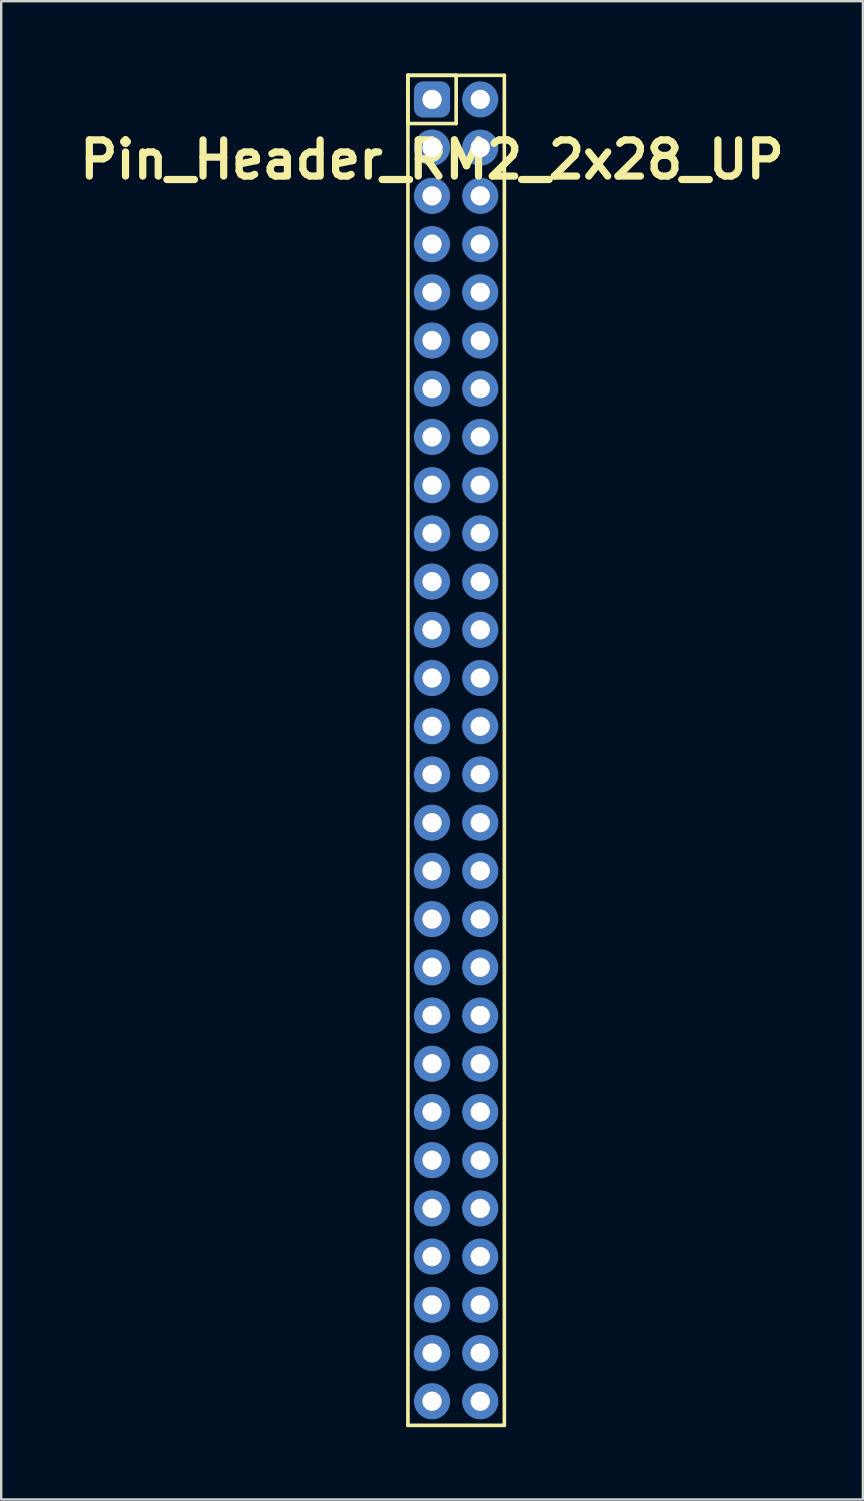
<source format=kicad_pcb>
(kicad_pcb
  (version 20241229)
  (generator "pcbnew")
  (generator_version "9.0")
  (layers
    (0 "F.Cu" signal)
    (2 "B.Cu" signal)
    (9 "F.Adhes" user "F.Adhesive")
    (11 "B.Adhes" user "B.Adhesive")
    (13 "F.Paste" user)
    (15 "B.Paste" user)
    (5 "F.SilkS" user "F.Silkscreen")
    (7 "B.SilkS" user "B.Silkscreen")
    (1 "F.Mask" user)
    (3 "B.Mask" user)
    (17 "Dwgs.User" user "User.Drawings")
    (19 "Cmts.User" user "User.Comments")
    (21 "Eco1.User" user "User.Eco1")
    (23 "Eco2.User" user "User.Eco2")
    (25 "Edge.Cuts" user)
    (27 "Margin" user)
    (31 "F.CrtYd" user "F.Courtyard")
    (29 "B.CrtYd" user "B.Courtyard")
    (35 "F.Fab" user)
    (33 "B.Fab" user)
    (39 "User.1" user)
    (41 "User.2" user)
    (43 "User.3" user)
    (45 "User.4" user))
  (footprint "Pin_Header_RM2_2x28_UP"
    (layer "F.Cu")
    (at 14.871 1.075)
    (property "Reference" "Pin_Header_RM2_2x28_UP" (at 0 2.5 0) (layer "F.SilkS") (effects (font (size 1.5 1.5) (thickness 0.3))))
    (attr through_hole)
    (fp_line (start -1 -1) (end 1 -1) (stroke (width 0.15) (type solid)) (layer "F.SilkS"))
    (fp_line (start -1 -1) (end 3 -1) (stroke (width 0.15) (type solid)) (layer "F.SilkS"))
    (fp_line (start -1 1) (end -1 -1) (stroke (width 0.15) (type solid)) (layer "F.SilkS"))
    (fp_line (start -1 55) (end -1 -1) (stroke (width 0.15) (type solid)) (layer "F.SilkS"))
    (fp_line (start 1 -1) (end 1 1) (stroke (width 0.15) (type solid)) (layer "F.SilkS"))
    (fp_line (start 1 1) (end -1 1) (stroke (width 0.15) (type solid)) (layer "F.SilkS"))
    (fp_line (start 3 -1) (end 3 55) (stroke (width 0.15) (type solid)) (layer "F.SilkS"))
    (fp_line (start 3 55) (end -1 55) (stroke (width 0.15) (type solid)) (layer "F.SilkS"))
    (pad "1" thru_hole circle (at 0 0) (size 1.1 1.1) (drill 0.8) (layers "*.Cu" "*.Mask"))
    (pad "1" smd roundrect (at 0 0) (size 1.25 1.25) (layers "F.Cu" "F.Mask") (roundrect_rratio 0.25))
    (pad "1" smd roundrect (at 0 0) (size 1.5 1.5) (layers "B.Cu" "B.Mask") (roundrect_rratio 0.25))
    (pad "2" thru_hole circle (at 2 0) (size 1.1 1.1) (drill 0.8) (layers "*.Cu" "*.Mask"))
    (pad "2" smd circle (at 2 0) (size 1.25 1.25) (layers "F.Cu" "F.Mask"))
    (pad "2" smd circle (at 2 0) (size 1.5 1.5) (layers "B.Cu" "B.Mask"))
    (pad "3" thru_hole circle (at 0 2) (size 1.1 1.1) (drill 0.8) (layers "*.Cu" "*.Mask"))
    (pad "3" smd circle (at 0 2) (size 1.25 1.25) (layers "F.Cu" "F.Mask"))
    (pad "3" smd circle (at 0 2) (size 1.5 1.5) (layers "B.Cu" "B.Mask"))
    (pad "4" thru_hole circle (at 2 2) (size 1.1 1.1) (drill 0.8) (layers "*.Cu" "*.Mask"))
    (pad "4" smd circle (at 2 2) (size 1.25 1.25) (layers "F.Cu" "F.Mask"))
    (pad "4" smd circle (at 2 2) (size 1.5 1.5) (layers "B.Cu" "B.Mask"))
    (pad "5" thru_hole circle (at 0 4) (size 1.1 1.1) (drill 0.8) (layers "*.Cu" "*.Mask"))
    (pad "5" smd circle (at 0 4) (size 1.25 1.25) (layers "F.Cu" "F.Mask"))
    (pad "5" smd circle (at 0 4) (size 1.5 1.5) (layers "B.Cu" "B.Mask"))
    (pad "6" thru_hole circle (at 2 4) (size 1.1 1.1) (drill 0.8) (layers "*.Cu" "*.Mask"))
    (pad "6" smd circle (at 2 4) (size 1.25 1.25) (layers "F.Cu" "F.Mask"))
    (pad "6" smd circle (at 2 4) (size 1.5 1.5) (layers "B.Cu" "B.Mask"))
    (pad "7" thru_hole circle (at 0 6) (size 1.1 1.1) (drill 0.8) (layers "*.Cu" "*.Mask"))
    (pad "7" smd circle (at 0 6) (size 1.25 1.25) (layers "F.Cu" "F.Mask"))
    (pad "7" smd circle (at 0 6) (size 1.5 1.5) (layers "B.Cu" "B.Mask"))
    (pad "8" thru_hole circle (at 2 6) (size 1.1 1.1) (drill 0.8) (layers "*.Cu" "*.Mask"))
    (pad "8" smd circle (at 2 6) (size 1.25 1.25) (layers "F.Cu" "F.Mask"))
    (pad "8" smd circle (at 2 6) (size 1.5 1.5) (layers "B.Cu" "B.Mask"))
    (pad "9" thru_hole circle (at 0 8) (size 1.1 1.1) (drill 0.8) (layers "*.Cu" "*.Mask"))
    (pad "9" smd circle (at 0 8) (size 1.25 1.25) (layers "F.Cu" "F.Mask"))
    (pad "9" smd circle (at 0 8) (size 1.5 1.5) (layers "B.Cu" "B.Mask"))
    (pad "10" thru_hole circle (at 2 8) (size 1.1 1.1) (drill 0.8) (layers "*.Cu" "*.Mask"))
    (pad "10" smd circle (at 2 8) (size 1.25 1.25) (layers "F.Cu" "F.Mask"))
    (pad "10" smd circle (at 2 8) (size 1.5 1.5) (layers "B.Cu" "B.Mask"))
    (pad "11" thru_hole circle (at 0 10) (size 1.1 1.1) (drill 0.8) (layers "*.Cu" "*.Mask"))
    (pad "11" smd circle (at 0 10) (size 1.25 1.25) (layers "F.Cu" "F.Mask"))
    (pad "11" smd circle (at 0 10) (size 1.5 1.5) (layers "B.Cu" "B.Mask"))
    (pad "12" thru_hole circle (at 2 10) (size 1.1 1.1) (drill 0.8) (layers "*.Cu" "*.Mask"))
    (pad "12" smd circle (at 2 10) (size 1.25 1.25) (layers "F.Cu" "F.Mask"))
    (pad "12" smd circle (at 2 10) (size 1.5 1.5) (layers "B.Cu" "B.Mask"))
    (pad "13" thru_hole circle (at 0 12) (size 1.1 1.1) (drill 0.8) (layers "*.Cu" "*.Mask"))
    (pad "13" smd circle (at 0 12) (size 1.25 1.25) (layers "F.Cu" "F.Mask"))
    (pad "13" smd circle (at 0 12) (size 1.5 1.5) (layers "B.Cu" "B.Mask"))
    (pad "14" thru_hole circle (at 2 12) (size 1.1 1.1) (drill 0.8) (layers "*.Cu" "*.Mask"))
    (pad "14" smd circle (at 2 12) (size 1.25 1.25) (layers "F.Cu" "F.Mask"))
    (pad "14" smd circle (at 2 12) (size 1.5 1.5) (layers "B.Cu" "B.Mask"))
    (pad "15" thru_hole circle (at 0 14) (size 1.1 1.1) (drill 0.8) (layers "*.Cu" "*.Mask"))
    (pad "15" smd circle (at 0 14) (size 1.25 1.25) (layers "F.Cu" "F.Mask"))
    (pad "15" smd circle (at 0 14) (size 1.5 1.5) (layers "B.Cu" "B.Mask"))
    (pad "16" thru_hole circle (at 2 14) (size 1.1 1.1) (drill 0.8) (layers "*.Cu" "*.Mask"))
    (pad "16" smd circle (at 2 14) (size 1.25 1.25) (layers "F.Cu" "F.Mask"))
    (pad "16" smd circle (at 2 14) (size 1.5 1.5) (layers "B.Cu" "B.Mask"))
    (pad "17" thru_hole circle (at 0 16) (size 1.1 1.1) (drill 0.8) (layers "*.Cu" "*.Mask"))
    (pad "17" smd circle (at 0 16) (size 1.25 1.25) (layers "F.Cu" "F.Mask"))
    (pad "17" smd circle (at 0 16) (size 1.5 1.5) (layers "B.Cu" "B.Mask"))
    (pad "18" thru_hole circle (at 2 16) (size 1.1 1.1) (drill 0.8) (layers "*.Cu" "*.Mask"))
    (pad "18" smd circle (at 2 16) (size 1.25 1.25) (layers "F.Cu" "F.Mask"))
    (pad "18" smd circle (at 2 16) (size 1.5 1.5) (layers "B.Cu" "B.Mask"))
    (pad "19" thru_hole circle (at 0 18) (size 1.1 1.1) (drill 0.8) (layers "*.Cu" "*.Mask"))
    (pad "19" smd circle (at 0 18) (size 1.25 1.25) (layers "F.Cu" "F.Mask"))
    (pad "19" smd circle (at 0 18) (size 1.5 1.5) (layers "B.Cu" "B.Mask"))
    (pad "20" thru_hole circle (at 2 18) (size 1.1 1.1) (drill 0.8) (layers "*.Cu" "*.Mask"))
    (pad "20" smd circle (at 2 18) (size 1.25 1.25) (layers "F.Cu" "F.Mask"))
    (pad "20" smd circle (at 2 18) (size 1.5 1.5) (layers "B.Cu" "B.Mask"))
    (pad "21" thru_hole circle (at 0 20) (size 1.1 1.1) (drill 0.8) (layers "*.Cu" "*.Mask"))
    (pad "21" smd circle (at 0 20) (size 1.25 1.25) (layers "F.Cu" "F.Mask"))
    (pad "21" smd circle (at 0 20) (size 1.5 1.5) (layers "B.Cu" "B.Mask"))
    (pad "22" thru_hole circle (at 2 20) (size 1.1 1.1) (drill 0.8) (layers "*.Cu" "*.Mask"))
    (pad "22" smd circle (at 2 20) (size 1.25 1.25) (layers "F.Cu" "F.Mask"))
    (pad "22" smd circle (at 2 20) (size 1.5 1.5) (layers "B.Cu" "B.Mask"))
    (pad "23" thru_hole circle (at 0 22) (size 1.1 1.1) (drill 0.8) (layers "*.Cu" "*.Mask"))
    (pad "23" smd circle (at 0 22) (size 1.25 1.25) (layers "F.Cu" "F.Mask"))
    (pad "23" smd circle (at 0 22) (size 1.5 1.5) (layers "B.Cu" "B.Mask"))
    (pad "24" thru_hole circle (at 2 22) (size 1.1 1.1) (drill 0.8) (layers "*.Cu" "*.Mask"))
    (pad "24" smd circle (at 2 22) (size 1.25 1.25) (layers "F.Cu" "F.Mask"))
    (pad "24" smd circle (at 2 22) (size 1.5 1.5) (layers "B.Cu" "B.Mask"))
    (pad "25" thru_hole circle (at 0 24) (size 1.1 1.1) (drill 0.8) (layers "*.Cu" "*.Mask"))
    (pad "25" smd circle (at 0 24) (size 1.25 1.25) (layers "F.Cu" "F.Mask"))
    (pad "25" smd circle (at 0 24) (size 1.5 1.5) (layers "B.Cu" "B.Mask"))
    (pad "26" thru_hole circle (at 2 24) (size 1.1 1.1) (drill 0.8) (layers "*.Cu" "*.Mask"))
    (pad "26" smd circle (at 2 24) (size 1.25 1.25) (layers "F.Cu" "F.Mask"))
    (pad "26" smd circle (at 2 24) (size 1.5 1.5) (layers "B.Cu" "B.Mask"))
    (pad "27" thru_hole circle (at 0 26) (size 1.1 1.1) (drill 0.8) (layers "*.Cu" "*.Mask"))
    (pad "27" smd circle (at 0 26) (size 1.25 1.25) (layers "F.Cu" "F.Mask"))
    (pad "27" smd circle (at 0 26) (size 1.5 1.5) (layers "B.Cu" "B.Mask"))
    (pad "28" thru_hole circle (at 2 26) (size 1.1 1.1) (drill 0.8) (layers "*.Cu" "*.Mask"))
    (pad "28" smd circle (at 2 26) (size 1.25 1.25) (layers "F.Cu" "F.Mask"))
    (pad "28" smd circle (at 2 26) (size 1.5 1.5) (layers "B.Cu" "B.Mask"))
    (pad "29" thru_hole circle (at 0 28) (size 1.1 1.1) (drill 0.8) (layers "*.Cu" "*.Mask"))
    (pad "29" smd circle (at 0 28) (size 1.25 1.25) (layers "F.Cu" "F.Mask"))
    (pad "29" smd circle (at 0 28) (size 1.5 1.5) (layers "B.Cu" "B.Mask"))
    (pad "30" thru_hole circle (at 2 28) (size 1.1 1.1) (drill 0.8) (layers "*.Cu" "*.Mask"))
    (pad "30" smd circle (at 2 28) (size 1.25 1.25) (layers "F.Cu" "F.Mask"))
    (pad "30" smd circle (at 2 28) (size 1.5 1.5) (layers "B.Cu" "B.Mask"))
    (pad "31" thru_hole circle (at 0 30) (size 1.1 1.1) (drill 0.8) (layers "*.Cu" "*.Mask"))
    (pad "31" smd circle (at 0 30) (size 1.25 1.25) (layers "F.Cu" "F.Mask"))
    (pad "31" smd circle (at 0 30) (size 1.5 1.5) (layers "B.Cu" "B.Mask"))
    (pad "32" thru_hole circle (at 2 30) (size 1.1 1.1) (drill 0.8) (layers "*.Cu" "*.Mask"))
    (pad "32" smd circle (at 2 30) (size 1.25 1.25) (layers "F.Cu" "F.Mask"))
    (pad "32" smd circle (at 2 30) (size 1.5 1.5) (layers "B.Cu" "B.Mask"))
    (pad "33" thru_hole circle (at 0 32) (size 1.1 1.1) (drill 0.8) (layers "*.Cu" "*.Mask"))
    (pad "33" smd circle (at 0 32) (size 1.25 1.25) (layers "F.Cu" "F.Mask"))
    (pad "33" smd circle (at 0 32) (size 1.5 1.5) (layers "B.Cu" "B.Mask"))
    (pad "34" thru_hole circle (at 2 32) (size 1.1 1.1) (drill 0.8) (layers "*.Cu" "*.Mask"))
    (pad "34" smd circle (at 2 32) (size 1.25 1.25) (layers "F.Cu" "F.Mask"))
    (pad "34" smd circle (at 2 32) (size 1.5 1.5) (layers "B.Cu" "B.Mask"))
    (pad "35" thru_hole circle (at 0 34) (size 1.1 1.1) (drill 0.8) (layers "*.Cu" "*.Mask"))
    (pad "35" smd circle (at 0 34) (size 1.25 1.25) (layers "F.Cu" "F.Mask"))
    (pad "35" smd circle (at 0 34) (size 1.5 1.5) (layers "B.Cu" "B.Mask"))
    (pad "36" thru_hole circle (at 2 34) (size 1.1 1.1) (drill 0.8) (layers "*.Cu" "*.Mask"))
    (pad "36" smd circle (at 2 34) (size 1.25 1.25) (layers "F.Cu" "F.Mask"))
    (pad "36" smd circle (at 2 34) (size 1.5 1.5) (layers "B.Cu" "B.Mask"))
    (pad "37" thru_hole circle (at 0 36) (size 1.1 1.1) (drill 0.8) (layers "*.Cu" "*.Mask"))
    (pad "37" smd circle (at 0 36) (size 1.25 1.25) (layers "F.Cu" "F.Mask"))
    (pad "37" smd circle (at 0 36) (size 1.5 1.5) (layers "B.Cu" "B.Mask"))
    (pad "38" thru_hole circle (at 2 36) (size 1.1 1.1) (drill 0.8) (layers "*.Cu" "*.Mask"))
    (pad "38" smd circle (at 2 36) (size 1.25 1.25) (layers "F.Cu" "F.Mask"))
    (pad "38" smd circle (at 2 36) (size 1.5 1.5) (layers "B.Cu" "B.Mask"))
    (pad "39" thru_hole circle (at 0 38) (size 1.1 1.1) (drill 0.8) (layers "*.Cu" "*.Mask"))
    (pad "39" smd circle (at 0 38) (size 1.25 1.25) (layers "F.Cu" "F.Mask"))
    (pad "39" smd circle (at 0 38) (size 1.5 1.5) (layers "B.Cu" "B.Mask"))
    (pad "40" thru_hole circle (at 2 38) (size 1.1 1.1) (drill 0.8) (layers "*.Cu" "*.Mask"))
    (pad "40" smd circle (at 2 38) (size 1.25 1.25) (layers "F.Cu" "F.Mask"))
    (pad "40" smd circle (at 2 38) (size 1.5 1.5) (layers "B.Cu" "B.Mask"))
    (pad "41" thru_hole circle (at 0 40) (size 1.1 1.1) (drill 0.8) (layers "*.Cu" "*.Mask"))
    (pad "41" smd circle (at 0 40) (size 1.25 1.25) (layers "F.Cu" "F.Mask"))
    (pad "41" smd circle (at 0 40) (size 1.5 1.5) (layers "B.Cu" "B.Mask"))
    (pad "42" thru_hole circle (at 2 40) (size 1.1 1.1) (drill 0.8) (layers "*.Cu" "*.Mask"))
    (pad "42" smd circle (at 2 40) (size 1.25 1.25) (layers "F.Cu" "F.Mask"))
    (pad "42" smd circle (at 2 40) (size 1.5 1.5) (layers "B.Cu" "B.Mask"))
    (pad "43" thru_hole circle (at 0 42) (size 1.1 1.1) (drill 0.8) (layers "*.Cu" "*.Mask"))
    (pad "43" smd circle (at 0 42) (size 1.25 1.25) (layers "F.Cu" "F.Mask"))
    (pad "43" smd circle (at 0 42) (size 1.5 1.5) (layers "B.Cu" "B.Mask"))
    (pad "44" thru_hole circle (at 2 42) (size 1.1 1.1) (drill 0.8) (layers "*.Cu" "*.Mask"))
    (pad "44" smd circle (at 2 42) (size 1.25 1.25) (layers "F.Cu" "F.Mask"))
    (pad "44" smd circle (at 2 42) (size 1.5 1.5) (layers "B.Cu" "B.Mask"))
    (pad "45" thru_hole circle (at 0 44) (size 1.1 1.1) (drill 0.8) (layers "*.Cu" "*.Mask"))
    (pad "45" smd circle (at 0 44) (size 1.25 1.25) (layers "F.Cu" "F.Mask"))
    (pad "45" smd circle (at 0 44) (size 1.5 1.5) (layers "B.Cu" "B.Mask"))
    (pad "46" thru_hole circle (at 2 44) (size 1.1 1.1) (drill 0.8) (layers "*.Cu" "*.Mask"))
    (pad "46" smd circle (at 2 44) (size 1.25 1.25) (layers "F.Cu" "F.Mask"))
    (pad "46" smd circle (at 2 44) (size 1.5 1.5) (layers "B.Cu" "B.Mask"))
    (pad "47" thru_hole circle (at 0 46) (size 1.1 1.1) (drill 0.8) (layers "*.Cu" "*.Mask"))
    (pad "47" smd circle (at 0 46) (size 1.25 1.25) (layers "F.Cu" "F.Mask"))
    (pad "47" smd circle (at 0 46) (size 1.5 1.5) (layers "B.Cu" "B.Mask"))
    (pad "48" thru_hole circle (at 2 46) (size 1.1 1.1) (drill 0.8) (layers "*.Cu" "*.Mask"))
    (pad "48" smd circle (at 2 46) (size 1.25 1.25) (layers "F.Cu" "F.Mask"))
    (pad "48" smd circle (at 2 46) (size 1.5 1.5) (layers "B.Cu" "B.Mask"))
    (pad "49" thru_hole circle (at 0 48) (size 1.1 1.1) (drill 0.8) (layers "*.Cu" "*.Mask"))
    (pad "49" smd circle (at 0 48) (size 1.25 1.25) (layers "F.Cu" "F.Mask"))
    (pad "49" smd circle (at 0 48) (size 1.5 1.5) (layers "B.Cu" "B.Mask"))
    (pad "50" thru_hole circle (at 2 48) (size 1.1 1.1) (drill 0.8) (layers "*.Cu" "*.Mask"))
    (pad "50" smd circle (at 2 48) (size 1.25 1.25) (layers "F.Cu" "F.Mask"))
    (pad "50" smd circle (at 2 48) (size 1.5 1.5) (layers "B.Cu" "B.Mask"))
    (pad "51" thru_hole circle (at 0 50) (size 1.1 1.1) (drill 0.8) (layers "*.Cu" "*.Mask"))
    (pad "51" smd circle (at 0 50) (size 1.25 1.25) (layers "F.Cu" "F.Mask"))
    (pad "51" smd circle (at 0 50) (size 1.5 1.5) (layers "B.Cu" "B.Mask"))
    (pad "52" thru_hole circle (at 2 50) (size 1.1 1.1) (drill 0.8) (layers "*.Cu" "*.Mask"))
    (pad "52" smd circle (at 2 50) (size 1.25 1.25) (layers "F.Cu" "F.Mask"))
    (pad "52" smd circle (at 2 50) (size 1.5 1.5) (layers "B.Cu" "B.Mask"))
    (pad "53" thru_hole circle (at 0 52) (size 1.1 1.1) (drill 0.8) (layers "*.Cu" "*.Mask"))
    (pad "53" smd circle (at 0 52) (size 1.25 1.25) (layers "F.Cu" "F.Mask"))
    (pad "53" smd circle (at 0 52) (size 1.5 1.5) (layers "B.Cu" "B.Mask"))
    (pad "54" thru_hole circle (at 2 52) (size 1.1 1.1) (drill 0.8) (layers "*.Cu" "*.Mask"))
    (pad "54" smd circle (at 2 52) (size 1.25 1.25) (layers "F.Cu" "F.Mask"))
    (pad "54" smd circle (at 2 52) (size 1.5 1.5) (layers "B.Cu" "B.Mask"))
    (pad "55" thru_hole circle (at 0 54) (size 1.1 1.1) (drill 0.8) (layers "*.Cu" "*.Mask"))
    (pad "55" smd circle (at 0 54) (size 1.25 1.25) (layers "F.Cu" "F.Mask"))
    (pad "55" smd circle (at 0 54) (size 1.5 1.5) (layers "B.Cu" "B.Mask"))
    (pad "56" thru_hole circle (at 2 54) (size 1.1 1.1) (drill 0.8) (layers "*.Cu" "*.Mask"))
    (pad "56" smd circle (at 2 54) (size 1.25 1.25) (layers "F.Cu" "F.Mask"))
    (pad "56" smd circle (at 2 54) (size 1.5 1.5) (layers "B.Cu" "B.Mask")))
  (gr_rect
    (start -3 -3)
    (end 32.743 59.15)
    (stroke (width 0.1) (type default))
    (fill no)
    (layer "Edge.Cuts")))
</source>
